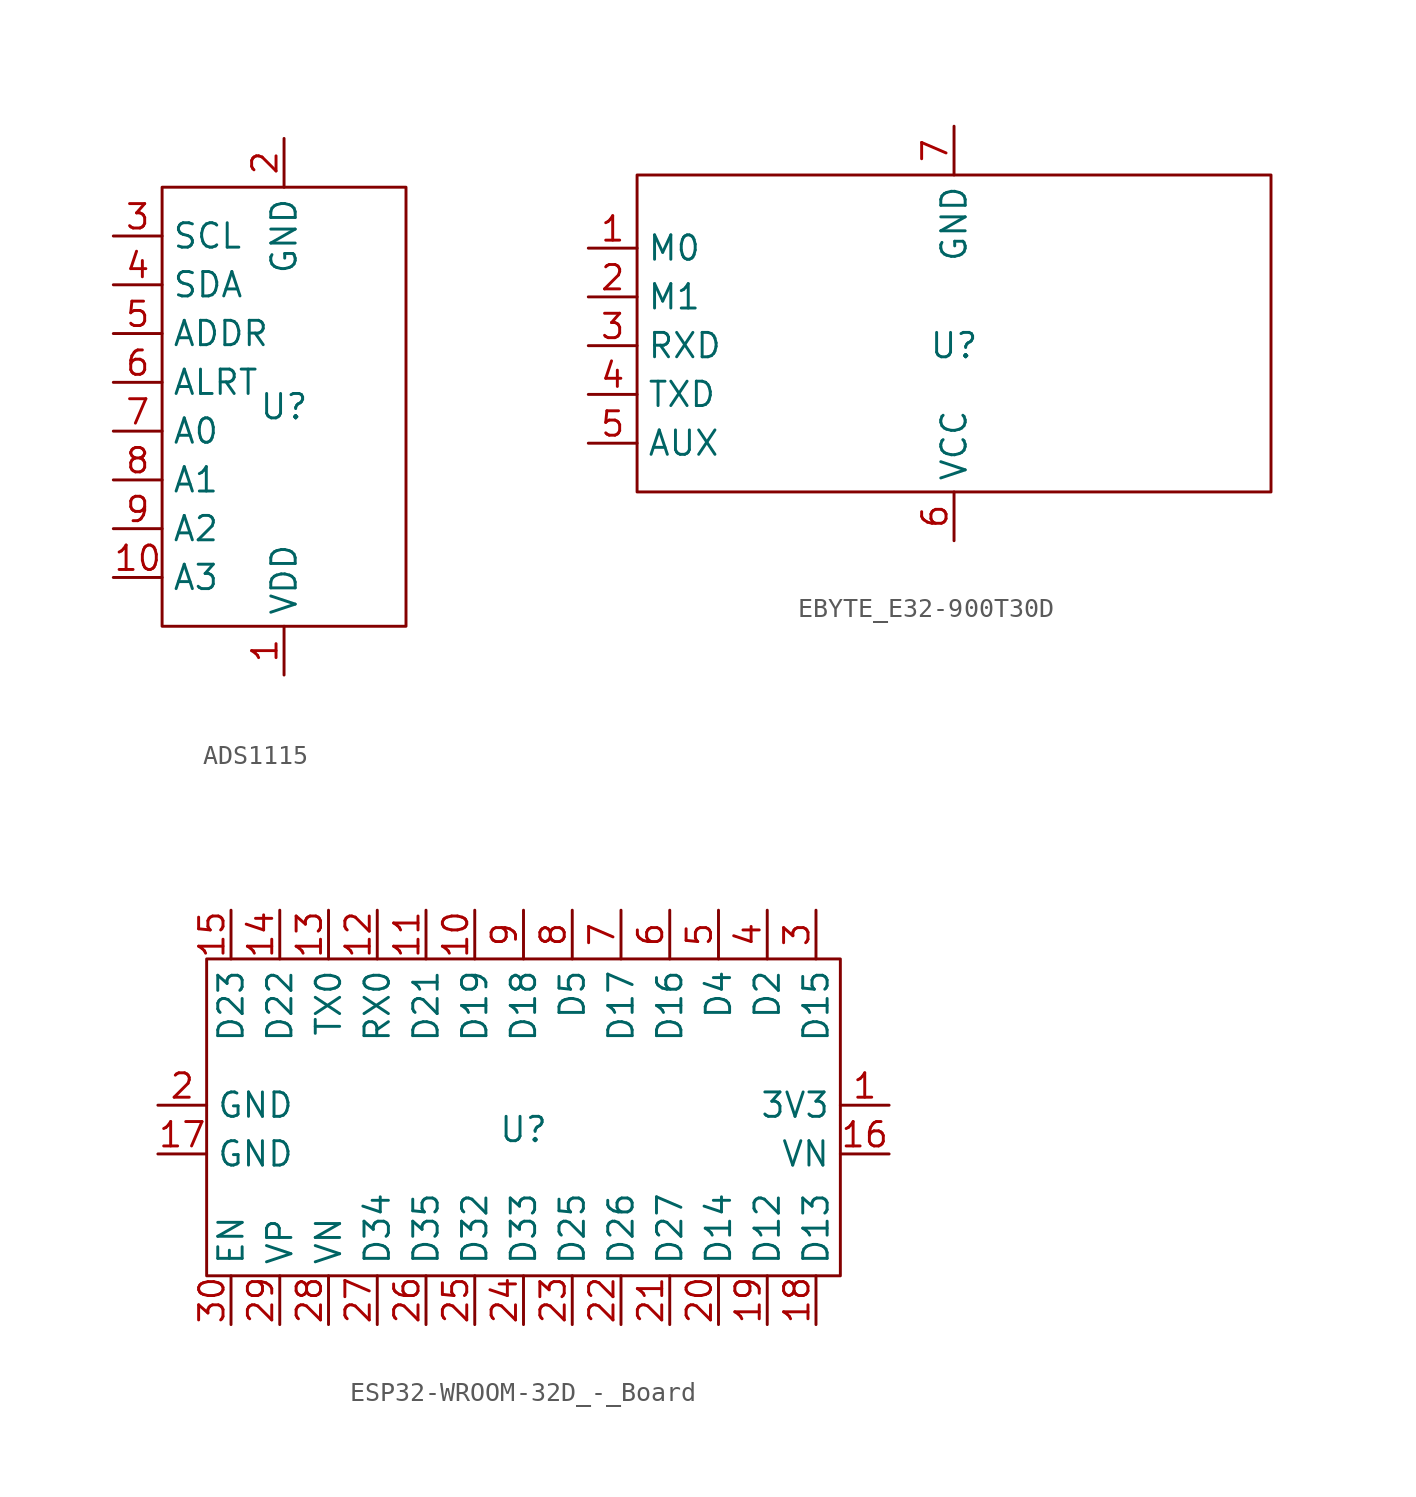
<source format=kicad_sym>
(kicad_symbol_lib
  (version 20231120)
  (generator "kicad_symbol_editor")
  (generator_version "8.0")
  (symbol "ADS1115"
    (property "Reference" "U"
      (at 0 0 0)
      (effects (font (size 1.27 1.27))))
    (property "Value" ""
      (at 0 0 0)
      (effects (font (size 1.27 1.27))))
    (symbol "ADS1115_0_1"
      (rectangle (start -6.35 11.43) (end 6.35 -11.43) (stroke (width 0) (type default)) (fill (type none))))
    (symbol "ADS1115_1_1"
      (pin power_in line (at 0 -13.97 90) (length 2.54) (name "VDD" (effects (font (size 1.27 1.27)))) (number "1" (effects (font (size 1.27 1.27)))))
      (pin input line (at -8.89 -8.89 0) (length 2.54) (name "A3" (effects (font (size 1.27 1.27)))) (number "10" (effects (font (size 1.27 1.27)))))
      (pin power_out line (at 0 13.97 270) (length 2.54) (name "GND" (effects (font (size 1.27 1.27)))) (number "2" (effects (font (size 1.27 1.27)))))
      (pin input line (at -8.89 8.89 0) (length 2.54) (name "SCL" (effects (font (size 1.27 1.27)))) (number "3" (effects (font (size 1.27 1.27)))))
      (pin bidirectional line (at -8.89 6.35 0) (length 2.54) (name "SDA" (effects (font (size 1.27 1.27)))) (number "4" (effects (font (size 1.27 1.27)))))
      (pin input line (at -8.89 3.81 0) (length 2.54) (name "ADDR" (effects (font (size 1.27 1.27)))) (number "5" (effects (font (size 1.27 1.27)))))
      (pin output line (at -8.89 1.27 0) (length 2.54) (name "ALRT" (effects (font (size 1.27 1.27)))) (number "6" (effects (font (size 1.27 1.27)))))
      (pin input line (at -8.89 -1.27 0) (length 2.54) (name "A0" (effects (font (size 1.27 1.27)))) (number "7" (effects (font (size 1.27 1.27)))))
      (pin input line (at -8.89 -3.81 0) (length 2.54) (name "A1" (effects (font (size 1.27 1.27)))) (number "8" (effects (font (size 1.27 1.27)))))
      (pin input line (at -8.89 -6.35 0) (length 2.54) (name "A2" (effects (font (size 1.27 1.27)))) (number "9" (effects (font (size 1.27 1.27)))))))
  (symbol "EBYTE_E32-900T30D"
    (property "Reference" "U"
      (at 0 0 0)
      (effects (font (size 1.27 1.27))))
    (property "Value" ""
      (at 0 0 0)
      (effects (font (size 1.27 1.27))))
    (symbol "EBYTE_E32-900T30D_0_1"
      (rectangle (start -16.51 8.89) (end 16.51 -7.62) (stroke (width 0) (type default)) (fill (type none))))
    (symbol "EBYTE_E32-900T30D_1_1"
      (pin input line (at -19.05 5.08 0) (length 2.54) (name "M0" (effects (font (size 1.27 1.27)))) (number "1" (effects (font (size 1.27 1.27)))))
      (pin input line (at -19.05 2.54 0) (length 2.54) (name "M1" (effects (font (size 1.27 1.27)))) (number "2" (effects (font (size 1.27 1.27)))))
      (pin input line (at -19.05 0 0) (length 2.54) (name "RXD" (effects (font (size 1.27 1.27)))) (number "3" (effects (font (size 1.27 1.27)))))
      (pin output line (at -19.05 -2.54 0) (length 2.54) (name "TXD" (effects (font (size 1.27 1.27)))) (number "4" (effects (font (size 1.27 1.27)))))
      (pin output line (at -19.05 -5.08 0) (length 2.54) (name "AUX" (effects (font (size 1.27 1.27)))) (number "5" (effects (font (size 1.27 1.27)))))
      (pin power_out line (at 0 -10.16 90) (length 2.54) (name "VCC" (effects (font (size 1.27 1.27)))) (number "6" (effects (font (size 1.27 1.27)))))
      (pin power_in line (at 0 11.43 270) (length 2.54) (name "GND" (effects (font (size 1.27 1.27)))) (number "7" (effects (font (size 1.27 1.27)))))))
  (symbol "ESP32-WROOM-32D_-_Board"
    (property "Reference" "U"
      (at 0 0 0)
      (effects (font (size 1.27 1.27))))
    (property "Value" ""
      (at 0 0 0)
      (effects (font (size 1.27 1.27))))
    (symbol "ESP32-WROOM-32D_-_Board_0_1"
      (rectangle (start -16.51 8.89) (end 16.51 -7.62) (stroke (width 0) (type default)) (fill (type none))))
    (symbol "ESP32-WROOM-32D_-_Board_1_1"
      (pin power_out line (at 19.05 1.27 180) (length 2.54) (name "3V3" (effects (font (size 1.27 1.27)))) (number "1" (effects (font (size 1.27 1.27)))))
      (pin bidirectional line (at -2.54 11.43 270) (length 2.54) (name "D19" (effects (font (size 1.27 1.27)))) (number "10" (effects (font (size 1.27 1.27)))))
      (pin bidirectional line (at -5.08 11.43 270) (length 2.54) (name "D21" (effects (font (size 1.27 1.27)))) (number "11" (effects (font (size 1.27 1.27)))))
      (pin bidirectional line (at -7.62 11.43 270) (length 2.54) (name "RX0" (effects (font (size 1.27 1.27)))) (number "12" (effects (font (size 1.27 1.27)))))
      (pin bidirectional line (at -10.16 11.43 270) (length 2.54) (name "TX0" (effects (font (size 1.27 1.27)))) (number "13" (effects (font (size 1.27 1.27)))))
      (pin bidirectional line (at -12.7 11.43 270) (length 2.54) (name "D22" (effects (font (size 1.27 1.27)))) (number "14" (effects (font (size 1.27 1.27)))))
      (pin bidirectional line (at -15.24 11.43 270) (length 2.54) (name "D23" (effects (font (size 1.27 1.27)))) (number "15" (effects (font (size 1.27 1.27)))))
      (pin power_out line (at 19.05 -1.27 180) (length 2.54) (name "VN" (effects (font (size 1.27 1.27)))) (number "16" (effects (font (size 1.27 1.27)))))
      (pin power_in line (at -19.05 -1.27 0) (length 2.54) (name "GND" (effects (font (size 1.27 1.27)))) (number "17" (effects (font (size 1.27 1.27)))))
      (pin bidirectional line (at 15.24 -10.16 90) (length 2.54) (name "D13" (effects (font (size 1.27 1.27)))) (number "18" (effects (font (size 1.27 1.27)))))
      (pin bidirectional line (at 12.7 -10.16 90) (length 2.54) (name "D12" (effects (font (size 1.27 1.27)))) (number "19" (effects (font (size 1.27 1.27)))))
      (pin power_in line (at -19.05 1.27 0) (length 2.54) (name "GND" (effects (font (size 1.27 1.27)))) (number "2" (effects (font (size 1.27 1.27)))))
      (pin bidirectional line (at 10.16 -10.16 90) (length 2.54) (name "D14" (effects (font (size 1.27 1.27)))) (number "20" (effects (font (size 1.27 1.27)))))
      (pin bidirectional line (at 7.62 -10.16 90) (length 2.54) (name "D27" (effects (font (size 1.27 1.27)))) (number "21" (effects (font (size 1.27 1.27)))))
      (pin bidirectional line (at 5.08 -10.16 90) (length 2.54) (name "D26" (effects (font (size 1.27 1.27)))) (number "22" (effects (font (size 1.27 1.27)))))
      (pin bidirectional line (at 2.54 -10.16 90) (length 2.54) (name "D25" (effects (font (size 1.27 1.27)))) (number "23" (effects (font (size 1.27 1.27)))))
      (pin bidirectional line (at 0 -10.16 90) (length 2.54) (name "D33" (effects (font (size 1.27 1.27)))) (number "24" (effects (font (size 1.27 1.27)))))
      (pin bidirectional line (at -2.54 -10.16 90) (length 2.54) (name "D32" (effects (font (size 1.27 1.27)))) (number "25" (effects (font (size 1.27 1.27)))))
      (pin bidirectional line (at -5.08 -10.16 90) (length 2.54) (name "D35" (effects (font (size 1.27 1.27)))) (number "26" (effects (font (size 1.27 1.27)))))
      (pin bidirectional line (at -7.62 -10.16 90) (length 2.54) (name "D34" (effects (font (size 1.27 1.27)))) (number "27" (effects (font (size 1.27 1.27)))))
      (pin input line (at -10.16 -10.16 90) (length 2.54) (name "VN" (effects (font (size 1.27 1.27)))) (number "28" (effects (font (size 1.27 1.27)))))
      (pin input line (at -12.7 -10.16 90) (length 2.54) (name "VP" (effects (font (size 1.27 1.27)))) (number "29" (effects (font (size 1.27 1.27)))))
      (pin bidirectional line (at 15.24 11.43 270) (length 2.54) (name "D15" (effects (font (size 1.27 1.27)))) (number "3" (effects (font (size 1.27 1.27)))))
      (pin input line (at -15.24 -10.16 90) (length 2.54) (name "EN" (effects (font (size 1.27 1.27)))) (number "30" (effects (font (size 1.27 1.27)))))
      (pin bidirectional line (at 12.7 11.43 270) (length 2.54) (name "D2" (effects (font (size 1.27 1.27)))) (number "4" (effects (font (size 1.27 1.27)))))
      (pin bidirectional line (at 10.16 11.43 270) (length 2.54) (name "D4" (effects (font (size 1.27 1.27)))) (number "5" (effects (font (size 1.27 1.27)))))
      (pin bidirectional line (at 7.62 11.43 270) (length 2.54) (name "D16" (effects (font (size 1.27 1.27)))) (number "6" (effects (font (size 1.27 1.27)))))
      (pin bidirectional line (at 5.08 11.43 270) (length 2.54) (name "D17" (effects (font (size 1.27 1.27)))) (number "7" (effects (font (size 1.27 1.27)))))
      (pin bidirectional line (at 2.54 11.43 270) (length 2.54) (name "D5" (effects (font (size 1.27 1.27)))) (number "8" (effects (font (size 1.27 1.27)))))
      (pin bidirectional line (at 0 11.43 270) (length 2.54) (name "D18" (effects (font (size 1.27 1.27)))) (number "9" (effects (font (size 1.27 1.27))))))))
</source>
